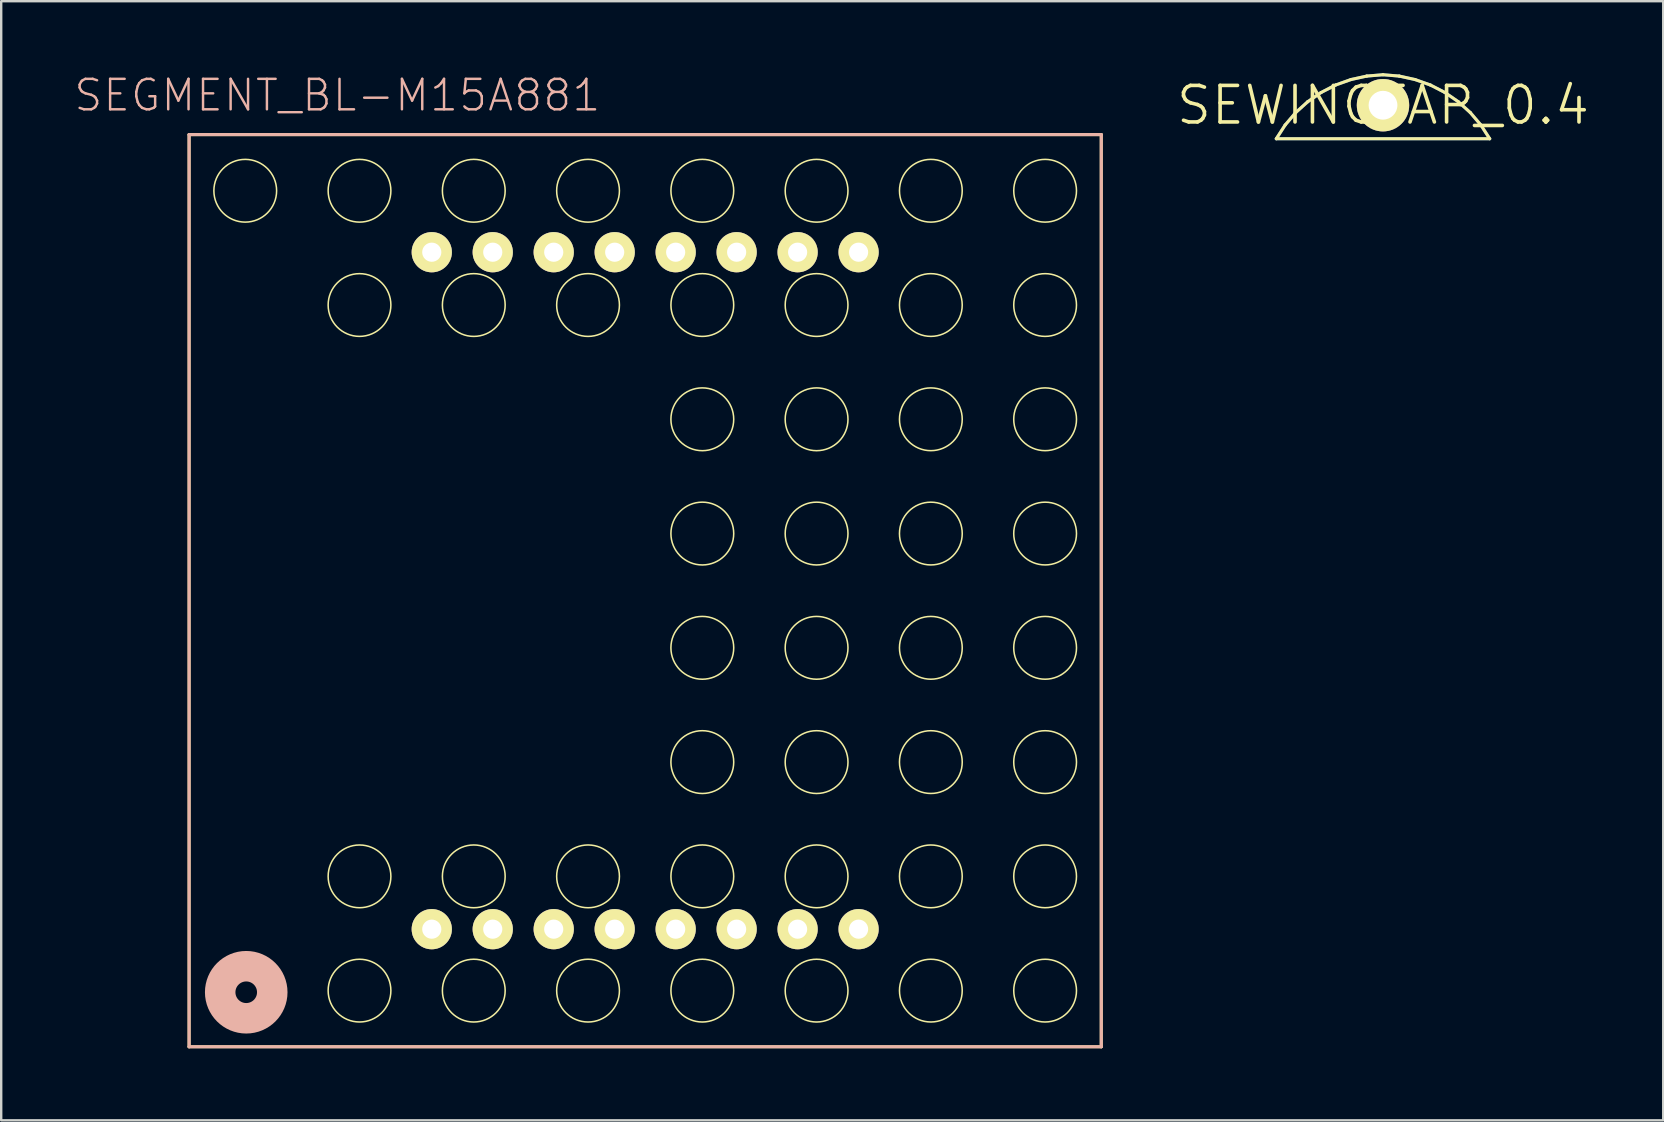
<source format=kicad_pcb>
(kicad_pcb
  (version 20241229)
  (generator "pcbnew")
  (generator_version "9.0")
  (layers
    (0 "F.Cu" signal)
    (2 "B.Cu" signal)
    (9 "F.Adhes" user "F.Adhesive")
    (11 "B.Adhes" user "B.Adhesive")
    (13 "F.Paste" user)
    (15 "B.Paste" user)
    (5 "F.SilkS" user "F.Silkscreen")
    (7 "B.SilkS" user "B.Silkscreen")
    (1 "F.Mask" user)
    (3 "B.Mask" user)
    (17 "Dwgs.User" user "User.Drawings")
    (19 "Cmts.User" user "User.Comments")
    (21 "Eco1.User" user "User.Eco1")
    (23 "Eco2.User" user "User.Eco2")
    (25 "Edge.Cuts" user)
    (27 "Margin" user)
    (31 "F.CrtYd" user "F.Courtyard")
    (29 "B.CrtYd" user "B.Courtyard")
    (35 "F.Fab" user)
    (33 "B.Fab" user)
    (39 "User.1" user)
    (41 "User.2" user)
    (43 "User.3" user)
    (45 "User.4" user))
  (footprint "SEGMENT_BL-M15A881"
    (layer "F.Cu")
    (at 23.826 21.556)
    (property "Reference" "SEGMENT_BL-M15A881" (at -12.824 -20.635 0) (layer "B.SilkS") (effects (font (size 1.27 1.27) (thickness 0.102))))
    (attr exclude_from_pos_files exclude_from_bom)
    (fp_line (start -18.999 -18.999) (end 18.999 -18.999) (stroke (width 0.127) (type solid)) (layer "F.SilkS"))
    (fp_line (start -18.999 18.999) (end -18.999 -18.999) (stroke (width 0.127) (type solid)) (layer "F.SilkS"))
    (fp_line (start 18.999 -18.999) (end 18.999 18.999) (stroke (width 0.127) (type solid)) (layer "F.SilkS"))
    (fp_line (start 18.999 18.999) (end -18.999 18.999) (stroke (width 0.127) (type solid)) (layer "F.SilkS"))
    (fp_circle (center -16.66 -16.66) (end -17.584 -17.584) (stroke (width 0.064) (type solid)) (fill no) (layer "F.SilkS"))
    (fp_circle (center -16.66 16.66) (end -17.584 17.584) (stroke (width 0.064) (type solid)) (fill no) (layer "F.SilkS"))
    (fp_circle (center -11.9 -16.66) (end -12.824 -17.584) (stroke (width 0.064) (type solid)) (fill no) (layer "F.SilkS"))
    (fp_circle (center -11.9 -11.9) (end -12.824 -12.824) (stroke (width 0.064) (type solid)) (fill no) (layer "F.SilkS"))
    (fp_circle (center -11.9 11.9) (end -12.824 12.824) (stroke (width 0.064) (type solid)) (fill no) (layer "F.SilkS"))
    (fp_circle (center -11.9 16.66) (end -12.824 17.584) (stroke (width 0.064) (type solid)) (fill no) (layer "F.SilkS"))
    (fp_circle (center -7.14 -16.66) (end -8.065 -17.584) (stroke (width 0.064) (type solid)) (fill no) (layer "F.SilkS"))
    (fp_circle (center -7.14 -11.9) (end -8.065 -12.824) (stroke (width 0.064) (type solid)) (fill no) (layer "F.SilkS"))
    (fp_circle (center -7.14 11.9) (end -8.065 12.824) (stroke (width 0.064) (type solid)) (fill no) (layer "F.SilkS"))
    (fp_circle (center -7.14 16.66) (end -8.065 17.584) (stroke (width 0.064) (type solid)) (fill no) (layer "F.SilkS"))
    (fp_circle (center -2.38 -16.66) (end -3.305 -17.584) (stroke (width 0.064) (type solid)) (fill no) (layer "F.SilkS"))
    (fp_circle (center -2.38 -11.9) (end -3.305 -12.824) (stroke (width 0.064) (type solid)) (fill no) (layer "F.SilkS"))
    (fp_circle (center -2.38 11.9) (end -3.305 12.824) (stroke (width 0.064) (type solid)) (fill no) (layer "F.SilkS"))
    (fp_circle (center -2.38 16.66) (end -3.305 17.584) (stroke (width 0.064) (type solid)) (fill no) (layer "F.SilkS"))
    (fp_circle (center 2.38 -16.66) (end 3.305 -17.584) (stroke (width 0.064) (type solid)) (fill no) (layer "F.SilkS"))
    (fp_circle (center 2.38 -11.9) (end 3.305 -12.824) (stroke (width 0.064) (type solid)) (fill no) (layer "F.SilkS"))
    (fp_circle (center 2.38 -7.14) (end 3.305 -8.065) (stroke (width 0.064) (type solid)) (fill no) (layer "F.SilkS"))
    (fp_circle (center 2.38 -2.38) (end 3.305 -3.305) (stroke (width 0.064) (type solid)) (fill no) (layer "F.SilkS"))
    (fp_circle (center 2.38 2.38) (end 3.305 3.305) (stroke (width 0.064) (type solid)) (fill no) (layer "F.SilkS"))
    (fp_circle (center 2.38 7.14) (end 3.305 8.065) (stroke (width 0.064) (type solid)) (fill no) (layer "F.SilkS"))
    (fp_circle (center 2.38 11.9) (end 3.305 12.824) (stroke (width 0.064) (type solid)) (fill no) (layer "F.SilkS"))
    (fp_circle (center 2.38 16.66) (end 3.305 17.584) (stroke (width 0.064) (type solid)) (fill no) (layer "F.SilkS"))
    (fp_circle (center 7.14 -16.66) (end 8.065 -17.584) (stroke (width 0.064) (type solid)) (fill no) (layer "F.SilkS"))
    (fp_circle (center 7.14 -11.9) (end 8.065 -12.824) (stroke (width 0.064) (type solid)) (fill no) (layer "F.SilkS"))
    (fp_circle (center 7.14 -7.14) (end 8.065 -8.065) (stroke (width 0.064) (type solid)) (fill no) (layer "F.SilkS"))
    (fp_circle (center 7.14 -2.38) (end 8.065 -3.305) (stroke (width 0.064) (type solid)) (fill no) (layer "F.SilkS"))
    (fp_circle (center 7.14 2.38) (end 8.065 3.305) (stroke (width 0.064) (type solid)) (fill no) (layer "F.SilkS"))
    (fp_circle (center 7.14 7.14) (end 8.065 8.065) (stroke (width 0.064) (type solid)) (fill no) (layer "F.SilkS"))
    (fp_circle (center 7.14 11.9) (end 8.065 12.824) (stroke (width 0.064) (type solid)) (fill no) (layer "F.SilkS"))
    (fp_circle (center 7.14 16.66) (end 8.065 17.584) (stroke (width 0.064) (type solid)) (fill no) (layer "F.SilkS"))
    (fp_circle (center 11.9 -16.66) (end 12.824 -17.584) (stroke (width 0.064) (type solid)) (fill no) (layer "F.SilkS"))
    (fp_circle (center 11.9 -11.9) (end 12.824 -12.824) (stroke (width 0.064) (type solid)) (fill no) (layer "F.SilkS"))
    (fp_circle (center 11.9 -7.14) (end 12.824 -8.065) (stroke (width 0.064) (type solid)) (fill no) (layer "F.SilkS"))
    (fp_circle (center 11.9 -2.38) (end 12.824 -3.305) (stroke (width 0.064) (type solid)) (fill no) (layer "F.SilkS"))
    (fp_circle (center 11.9 2.38) (end 12.824 3.305) (stroke (width 0.064) (type solid)) (fill no) (layer "F.SilkS"))
    (fp_circle (center 11.9 7.14) (end 12.824 8.065) (stroke (width 0.064) (type solid)) (fill no) (layer "F.SilkS"))
    (fp_circle (center 11.9 11.9) (end 12.824 12.824) (stroke (width 0.064) (type solid)) (fill no) (layer "F.SilkS"))
    (fp_circle (center 11.9 16.66) (end 12.824 17.584) (stroke (width 0.064) (type solid)) (fill no) (layer "F.SilkS"))
    (fp_circle (center 16.66 -16.66) (end 17.584 -17.584) (stroke (width 0.064) (type solid)) (fill no) (layer "F.SilkS"))
    (fp_circle (center 16.66 -11.9) (end 17.584 -12.824) (stroke (width 0.064) (type solid)) (fill no) (layer "F.SilkS"))
    (fp_circle (center 16.66 -7.14) (end 17.584 -8.065) (stroke (width 0.064) (type solid)) (fill no) (layer "F.SilkS"))
    (fp_circle (center 16.66 -2.38) (end 17.584 -3.305) (stroke (width 0.064) (type solid)) (fill no) (layer "F.SilkS"))
    (fp_circle (center 16.66 2.38) (end 17.584 3.305) (stroke (width 0.064) (type solid)) (fill no) (layer "F.SilkS"))
    (fp_circle (center 16.66 7.14) (end 17.584 8.065) (stroke (width 0.064) (type solid)) (fill no) (layer "F.SilkS"))
    (fp_circle (center 16.66 11.9) (end 17.584 12.824) (stroke (width 0.064) (type solid)) (fill no) (layer "F.SilkS"))
    (fp_circle (center 16.66 16.66) (end 17.584 17.584) (stroke (width 0.064) (type solid)) (fill no) (layer "F.SilkS"))
    (fp_line (start -18.999 -18.999) (end 18.999 -18.999) (stroke (width 0.127) (type solid)) (layer "B.SilkS"))
    (fp_line (start -18.999 18.999) (end -18.999 -18.999) (stroke (width 0.127) (type solid)) (layer "B.SilkS"))
    (fp_line (start 18.999 -18.999) (end 18.999 18.999) (stroke (width 0.127) (type solid)) (layer "B.SilkS"))
    (fp_line (start 18.999 18.999) (end -18.999 18.999) (stroke (width 0.127) (type solid)) (layer "B.SilkS"))
    (fp_circle (center -16.619 16.728) (end -16.937 17.046) (stroke (width 1.27) (type solid)) (fill no) (layer "B.SilkS"))
    (pad "1" thru_hole circle (at -8.89 14.1) (size 1.676 1.676) (drill 0.798) (layers "*.Cu" "F.Mask" "F.SilkS" "F.Paste"))
    (pad "2" thru_hole circle (at -6.35 14.1) (size 1.676 1.676) (drill 0.798) (layers "*.Cu" "F.Mask" "F.SilkS" "F.Paste"))
    (pad "3" thru_hole circle (at -3.81 14.1) (size 1.676 1.676) (drill 0.798) (layers "*.Cu" "F.Mask" "F.SilkS" "F.Paste"))
    (pad "4" thru_hole circle (at -1.27 14.1) (size 1.676 1.676) (drill 0.798) (layers "*.Cu" "F.Mask" "F.SilkS" "F.Paste"))
    (pad "5" thru_hole circle (at 1.27 14.1) (size 1.676 1.676) (drill 0.798) (layers "*.Cu" "F.Mask" "F.SilkS" "F.Paste"))
    (pad "6" thru_hole circle (at 3.81 14.1) (size 1.676 1.676) (drill 0.798) (layers "*.Cu" "F.Mask" "F.SilkS" "F.Paste"))
    (pad "7" thru_hole circle (at 6.35 14.1) (size 1.676 1.676) (drill 0.798) (layers "*.Cu" "F.Mask" "F.SilkS" "F.Paste"))
    (pad "8" thru_hole circle (at 8.89 14.1) (size 1.676 1.676) (drill 0.798) (layers "*.Cu" "F.Mask" "F.SilkS" "F.Paste"))
    (pad "9" thru_hole circle (at 8.89 -14.1) (size 1.676 1.676) (drill 0.798) (layers "*.Cu" "F.Mask" "F.SilkS" "F.Paste"))
    (pad "10" thru_hole circle (at 6.35 -14.1) (size 1.676 1.676) (drill 0.798) (layers "*.Cu" "F.Mask" "F.SilkS" "F.Paste"))
    (pad "11" thru_hole circle (at 3.81 -14.1) (size 1.676 1.676) (drill 0.798) (layers "*.Cu" "F.Mask" "F.SilkS" "F.Paste"))
    (pad "12" thru_hole circle (at 1.27 -14.1) (size 1.676 1.676) (drill 0.798) (layers "*.Cu" "F.Mask" "F.SilkS" "F.Paste"))
    (pad "13" thru_hole circle (at -1.27 -14.1) (size 1.676 1.676) (drill 0.798) (layers "*.Cu" "F.Mask" "F.SilkS" "F.Paste"))
    (pad "14" thru_hole circle (at -3.81 -14.1) (size 1.676 1.676) (drill 0.798) (layers "*.Cu" "F.Mask" "F.SilkS" "F.Paste"))
    (pad "15" thru_hole circle (at -6.35 -14.1) (size 1.676 1.676) (drill 0.798) (layers "*.Cu" "F.Mask" "F.SilkS" "F.Paste"))
    (pad "16" thru_hole circle (at -8.89 -14.1) (size 1.676 1.676) (drill 0.798) (layers "*.Cu" "F.Mask" "F.SilkS" "F.Paste")))
  (footprint "SEWINGTAP_0.4"
    (layer "F.Cu")
    (at 54.561 1.333)
    (property "Reference" "SEWINGTAP_0.4" (at 0 0 0) (layer "F.SilkS") (effects (font (size 1.524 1.524) (thickness 0.15))))
    (attr exclude_from_pos_files exclude_from_bom)
    (fp_line (start -4.445 1.397) (end 4.445 1.397) (stroke (width 0.127) (type solid)) (layer "B.Cu"))
    (fp_line (start -4.077 0.826) (end -4.445 1.397) (stroke (width 0.127) (type solid)) (layer "B.Cu"))
    (fp_line (start -3.637 0.307) (end -4.077 0.826) (stroke (width 0.127) (type solid)) (layer "B.Cu"))
    (fp_line (start -3.137 -0.145) (end -3.637 0.307) (stroke (width 0.127) (type solid)) (layer "B.Cu"))
    (fp_line (start -2.578 -0.531) (end -3.137 -0.145) (stroke (width 0.127) (type solid)) (layer "B.Cu"))
    (fp_line (start -1.976 -0.841) (end -2.578 -0.531) (stroke (width 0.127) (type solid)) (layer "B.Cu"))
    (fp_line (start -1.336 -1.069) (end -1.976 -0.841) (stroke (width 0.127) (type solid)) (layer "B.Cu"))
    (fp_line (start -0.676 -1.214) (end -1.336 -1.069) (stroke (width 0.127) (type solid)) (layer "B.Cu"))
    (fp_line (start 0 -1.27) (end -0.676 -1.214) (stroke (width 0.127) (type solid)) (layer "B.Cu"))
    (fp_line (start 0.676 -1.214) (end 0 -1.27) (stroke (width 0.127) (type solid)) (layer "B.Cu"))
    (fp_line (start 1.336 -1.069) (end 0.676 -1.214) (stroke (width 0.127) (type solid)) (layer "B.Cu"))
    (fp_line (start 1.976 -0.841) (end 1.336 -1.069) (stroke (width 0.127) (type solid)) (layer "B.Cu"))
    (fp_line (start 2.578 -0.531) (end 1.976 -0.841) (stroke (width 0.127) (type solid)) (layer "B.Cu"))
    (fp_line (start 3.137 -0.145) (end 2.578 -0.531) (stroke (width 0.127) (type solid)) (layer "B.Cu"))
    (fp_line (start 3.637 0.307) (end 3.137 -0.145) (stroke (width 0.127) (type solid)) (layer "B.Cu"))
    (fp_line (start 4.077 0.826) (end 3.637 0.307) (stroke (width 0.127) (type solid)) (layer "B.Cu"))
    (fp_line (start 4.445 1.397) (end 4.077 0.826) (stroke (width 0.127) (type solid)) (layer "B.Cu"))
    (fp_line (start -4.445 1.397) (end 4.445 1.397) (stroke (width 0.127) (type solid)) (layer "F.SilkS"))
    (fp_line (start -4.077 0.826) (end -4.445 1.397) (stroke (width 0.127) (type solid)) (layer "F.SilkS"))
    (fp_line (start -3.637 0.307) (end -4.077 0.826) (stroke (width 0.127) (type solid)) (layer "F.SilkS"))
    (fp_line (start -3.137 -0.145) (end -3.637 0.307) (stroke (width 0.127) (type solid)) (layer "F.SilkS"))
    (fp_line (start -2.578 -0.531) (end -3.137 -0.145) (stroke (width 0.127) (type solid)) (layer "F.SilkS"))
    (fp_line (start -1.976 -0.841) (end -2.578 -0.531) (stroke (width 0.127) (type solid)) (layer "F.SilkS"))
    (fp_line (start -1.336 -1.069) (end -1.976 -0.841) (stroke (width 0.127) (type solid)) (layer "F.SilkS"))
    (fp_line (start -0.676 -1.214) (end -1.336 -1.069) (stroke (width 0.127) (type solid)) (layer "F.SilkS"))
    (fp_line (start 0 -1.27) (end -0.676 -1.214) (stroke (width 0.127) (type solid)) (layer "F.SilkS"))
    (fp_line (start 0.676 -1.214) (end 0 -1.27) (stroke (width 0.127) (type solid)) (layer "F.SilkS"))
    (fp_line (start 1.336 -1.069) (end 0.676 -1.214) (stroke (width 0.127) (type solid)) (layer "F.SilkS"))
    (fp_line (start 1.976 -0.841) (end 1.336 -1.069) (stroke (width 0.127) (type solid)) (layer "F.SilkS"))
    (fp_line (start 2.578 -0.531) (end 1.976 -0.841) (stroke (width 0.127) (type solid)) (layer "F.SilkS"))
    (fp_line (start 3.137 -0.145) (end 2.578 -0.531) (stroke (width 0.127) (type solid)) (layer "F.SilkS"))
    (fp_line (start 3.637 0.307) (end 3.137 -0.145) (stroke (width 0.127) (type solid)) (layer "F.SilkS"))
    (fp_line (start 4.077 0.826) (end 3.637 0.307) (stroke (width 0.127) (type solid)) (layer "F.SilkS"))
    (fp_line (start 4.445 1.397) (end 4.077 0.826) (stroke (width 0.127) (type solid)) (layer "F.SilkS"))
    (pad "TAP" thru_hole circle (at 0 0) (size 2.182 2.182) (drill 1.199) (layers "*.Cu" "F.Mask" "F.SilkS" "F.Paste")))
  (gr_rect
    (start -3 -3)
    (end 66.234 43.619)
    (stroke (width 0.1) (type default))
    (fill no)
    (layer "Edge.Cuts")))
</source>
